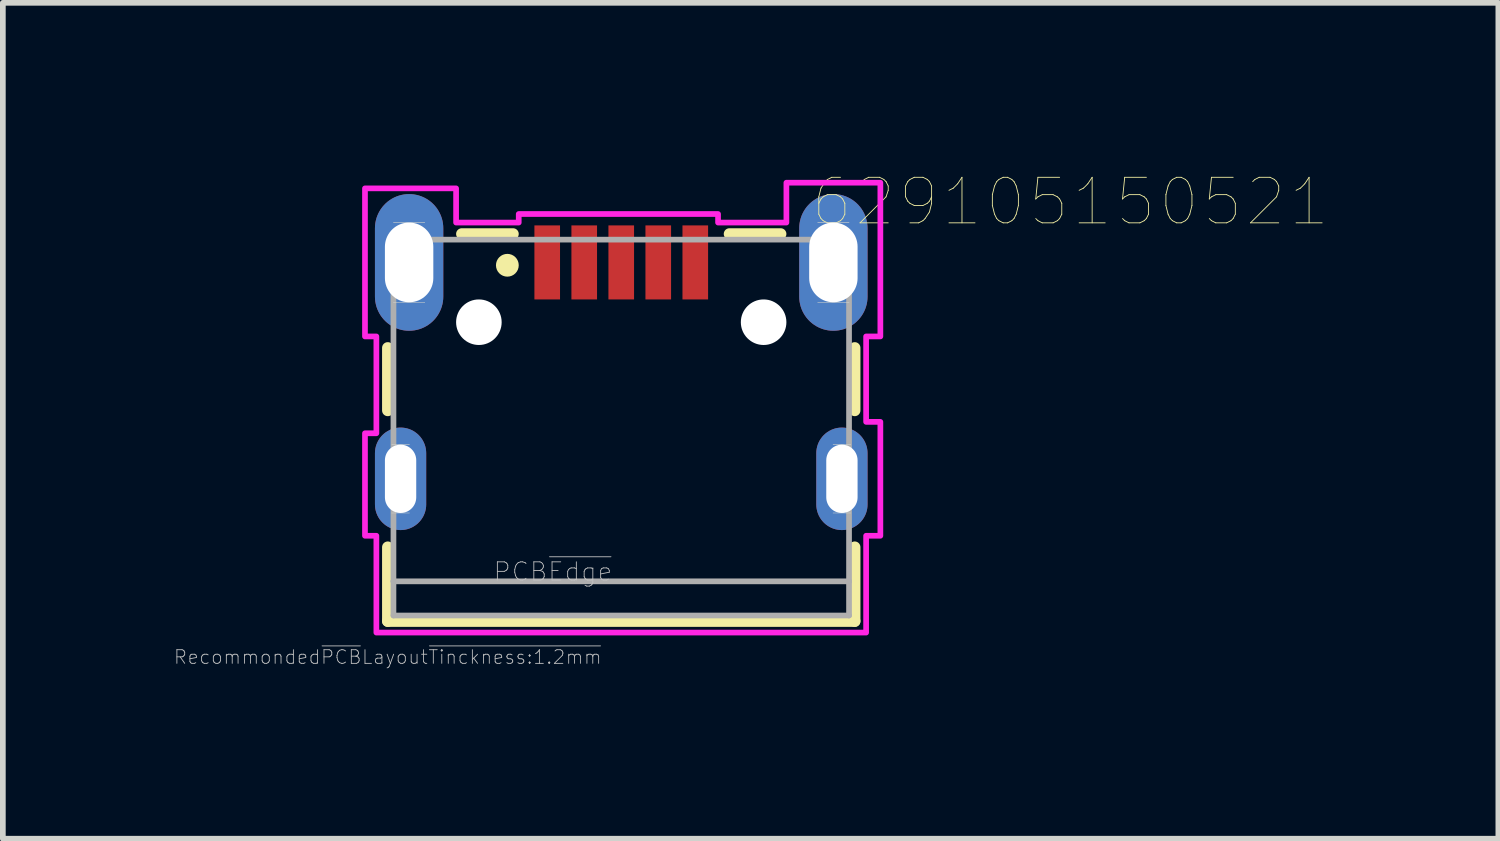
<source format=kicad_pcb>
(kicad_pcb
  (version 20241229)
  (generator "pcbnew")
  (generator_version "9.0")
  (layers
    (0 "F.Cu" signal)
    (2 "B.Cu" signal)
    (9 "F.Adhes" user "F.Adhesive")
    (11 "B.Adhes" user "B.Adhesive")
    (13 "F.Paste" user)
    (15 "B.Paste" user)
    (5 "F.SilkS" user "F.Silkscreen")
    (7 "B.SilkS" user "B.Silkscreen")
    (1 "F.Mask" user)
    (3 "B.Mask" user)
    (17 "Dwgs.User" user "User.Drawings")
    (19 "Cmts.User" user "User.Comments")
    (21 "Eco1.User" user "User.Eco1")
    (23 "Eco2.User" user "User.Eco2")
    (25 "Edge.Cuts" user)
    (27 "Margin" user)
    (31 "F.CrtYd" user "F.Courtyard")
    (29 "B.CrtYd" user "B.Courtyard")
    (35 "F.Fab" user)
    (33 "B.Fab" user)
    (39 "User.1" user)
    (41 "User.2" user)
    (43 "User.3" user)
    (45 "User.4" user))
  (footprint "629105150521"
    (layer "F.Cu")
    (at 7.859 4.458)
    (property "Reference" "629105150521" (at 7.888 -3.964 0) (layer "F.SilkS") (effects (font (size 0.8 0.8) (thickness 0.015))))
    (attr through_hole)
    (fp_line (start -4.1 -1.4) (end -4.1 -0.3) (stroke (width 0.2) (type solid)) (layer "F.SilkS"))
    (fp_line (start -4.1 2.1) (end -4.1 3.4) (stroke (width 0.2) (type solid)) (layer "F.SilkS"))
    (fp_line (start -4.1 3.4) (end 4.1 3.4) (stroke (width 0.2) (type solid)) (layer "F.SilkS"))
    (fp_line (start -2.8 -3.4) (end -1.9 -3.4) (stroke (width 0.2) (type solid)) (layer "F.SilkS"))
    (fp_line (start 1.9 -3.4) (end 2.8 -3.4) (stroke (width 0.2) (type solid)) (layer "F.SilkS"))
    (fp_line (start 4.1 -0.3) (end 4.1 -1.4) (stroke (width 0.2) (type solid)) (layer "F.SilkS"))
    (fp_line (start 4.1 3.4) (end 4.1 2.1) (stroke (width 0.2) (type solid)) (layer "F.SilkS"))
    (fp_circle (center -2 -2.85) (end -1.9 -2.85) (stroke (width 0.2) (type solid)) (fill no) (layer "F.SilkS"))
    (fp_line (start -4.03 0.3) (end -3.72 0.3) (stroke (width 0.01) (type solid)) (layer "Edge.Cuts"))
    (fp_line (start -4.03 1.5) (end -3.72 1.5) (stroke (width 0.01) (type solid)) (layer "Edge.Cuts"))
    (fp_line (start -4 -3.6) (end -3.45 -3.6) (stroke (width 0.01) (type solid)) (layer "Edge.Cuts"))
    (fp_line (start -4 -2.2) (end -3.45 -2.2) (stroke (width 0.01) (type solid)) (layer "Edge.Cuts"))
    (fp_line (start 3.45 -3.6) (end 4 -3.6) (stroke (width 0.01) (type solid)) (layer "Edge.Cuts"))
    (fp_line (start 3.45 -2.2) (end 4 -2.2) (stroke (width 0.01) (type solid)) (layer "Edge.Cuts"))
    (fp_line (start 3.72 0.3) (end 4.03 0.3) (stroke (width 0.01) (type solid)) (layer "Edge.Cuts"))
    (fp_line (start 3.72 1.5) (end 4.03 1.5) (stroke (width 0.01) (type solid)) (layer "Edge.Cuts"))
    (fp_poly (pts (xy -4.5 -4.2) (xy -2.9 -4.2) (xy -2.9 -3.6) (xy -1.8 -3.6) (xy -1.8 -3.75) (xy 1.7 -3.75) (xy 1.7 -3.6) (xy 2.9 -3.6) (xy 2.9 -4.3) (xy 4.55 -4.3) (xy 4.55 -1.6) (xy 4.3 -1.6) (xy 4.3 -0.1) (xy 4.55 -0.1) (xy 4.55 1.9) (xy 4.3 1.9) (xy 4.3 3.6) (xy -4.3 3.6) (xy -4.3 1.9) (xy -4.5 1.9) (xy -4.5 0.1) (xy -4.3 0.1) (xy -4.3 -1.6) (xy -4.5 -1.6)) (stroke (width 0.1) (type solid)) (fill no) (layer "F.CrtYd"))
    (fp_line (start -4 -3.3) (end 4 -3.3) (stroke (width 0.1) (type solid)) (layer "F.Fab"))
    (fp_line (start -4 2.7) (end -4 -3.3) (stroke (width 0.1) (type solid)) (layer "F.Fab"))
    (fp_line (start -4 2.7) (end 4 2.7) (stroke (width 0.1) (type solid)) (layer "F.Fab"))
    (fp_line (start -4 3.3) (end -4 2.7) (stroke (width 0.1) (type solid)) (layer "F.Fab"))
    (fp_line (start -4 3.3) (end 4 3.3) (stroke (width 0.1) (type solid)) (layer "F.Fab"))
    (fp_line (start 4 2.7) (end 4 -3.3) (stroke (width 0.1) (type solid)) (layer "F.Fab"))
    (fp_line (start 4 3.3) (end 4 2.7) (stroke (width 0.1) (type solid)) (layer "F.Fab"))
    (fp_text user "Recommonded~{PCB}Layout~{Tinckness:1.2mm}" (at -4.1 4.03 0) (layer "Dwgs.User") (effects (font (size 0.24 0.24) (thickness 0.015))))
    (fp_text user "PCB~{Edge}" (at -1.2 2.53 0) (layer "Dwgs.User") (effects (font (size 0.32 0.32) (thickness 0.015))))
    (pad "" np_thru_hole circle (at -2.5 -1.85) (size 0.8 0.8) (drill 0.8) (layers "*.Cu" "*.Mask"))
    (pad "" np_thru_hole circle (at 2.5 -1.85) (size 0.8 0.8) (drill 0.8) (layers "*.Cu" "*.Mask"))
    (pad "1" smd rect (at -1.3 -2.9) (size 0.45 1.3) (layers "F.Cu" "F.Mask" "F.Paste"))
    (pad "2" smd rect (at -0.65 -2.9) (size 0.45 1.3) (layers "F.Cu" "F.Mask" "F.Paste"))
    (pad "3" smd rect (at 0 -2.9) (size 0.45 1.3) (layers "F.Cu" "F.Mask" "F.Paste"))
    (pad "4" smd rect (at 0.65 -2.9) (size 0.45 1.3) (layers "F.Cu" "F.Mask" "F.Paste"))
    (pad "5" smd rect (at 1.3 -2.9) (size 0.45 1.3) (layers "F.Cu" "F.Mask" "F.Paste"))
    (pad "S1" thru_hole oval (at -3.725 -2.9) (size 1.2 2.4) (drill oval 0.85 1.4) (layers "*.Cu" "*.Mask"))
    (pad "S2" thru_hole oval (at 3.725 -2.9) (size 1.2 2.4) (drill oval 0.85 1.4) (layers "*.Cu" "*.Mask"))
    (pad "S3" thru_hole oval (at 3.875 0.9) (size 0.9 1.8) (drill oval 0.55 1.2) (layers "*.Cu" "*.Mask"))
    (pad "S4" thru_hole oval (at -3.875 0.9) (size 0.9 1.8) (drill oval 0.55 1.2) (layers "*.Cu" "*.Mask")))
  (gr_rect
    (start -3 -3)
    (end 23.261 11.678)
    (stroke (width 0.1) (type default))
    (fill no)
    (layer "Edge.Cuts")))
</source>
